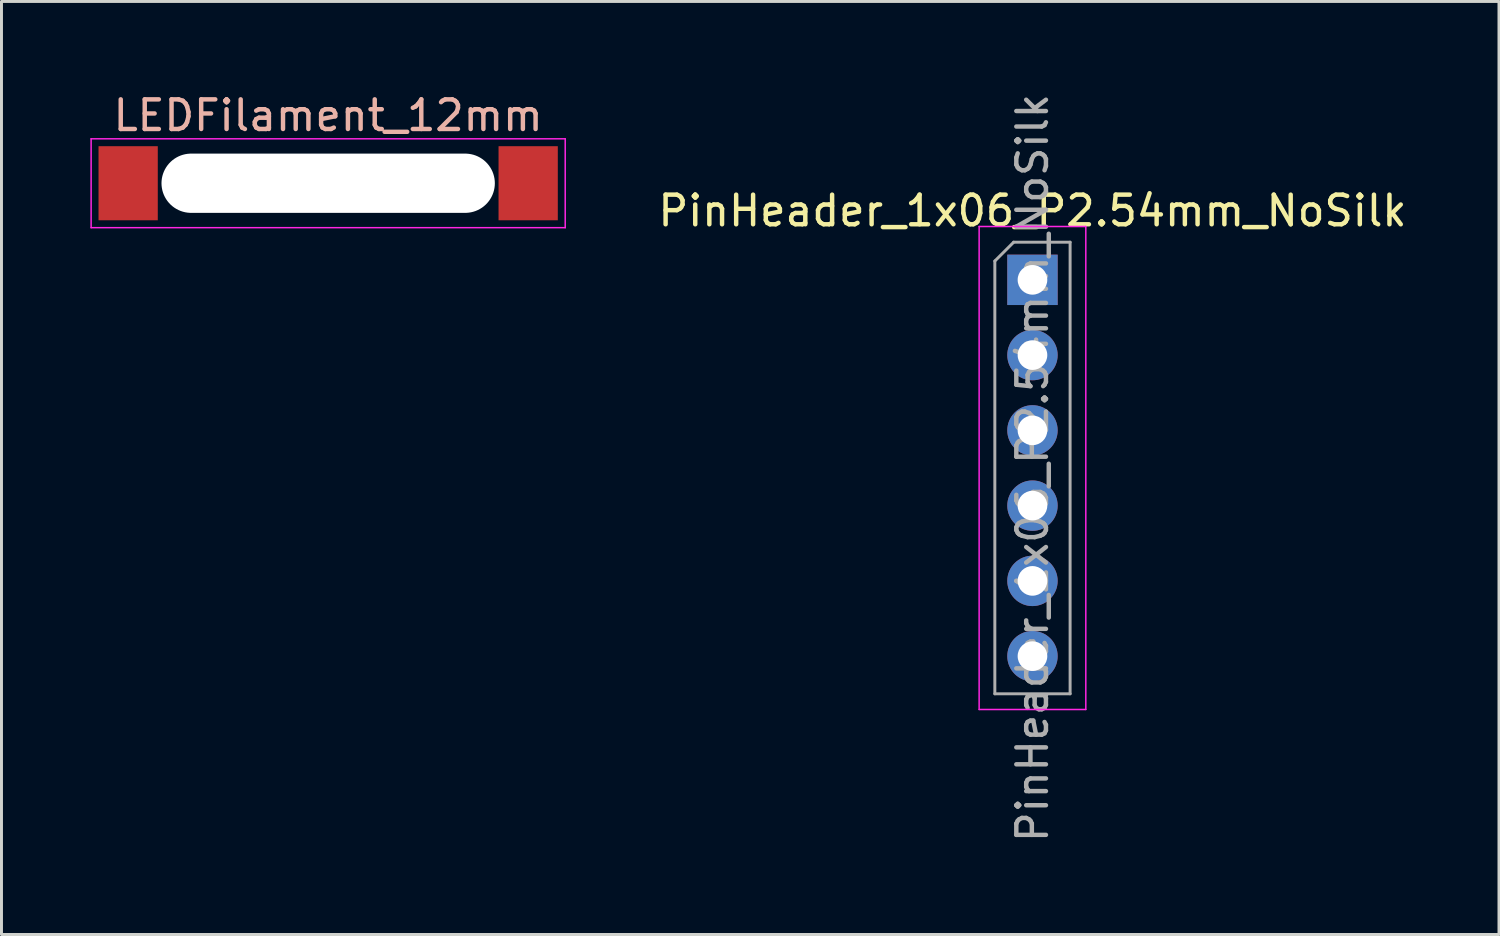
<source format=kicad_pcb>
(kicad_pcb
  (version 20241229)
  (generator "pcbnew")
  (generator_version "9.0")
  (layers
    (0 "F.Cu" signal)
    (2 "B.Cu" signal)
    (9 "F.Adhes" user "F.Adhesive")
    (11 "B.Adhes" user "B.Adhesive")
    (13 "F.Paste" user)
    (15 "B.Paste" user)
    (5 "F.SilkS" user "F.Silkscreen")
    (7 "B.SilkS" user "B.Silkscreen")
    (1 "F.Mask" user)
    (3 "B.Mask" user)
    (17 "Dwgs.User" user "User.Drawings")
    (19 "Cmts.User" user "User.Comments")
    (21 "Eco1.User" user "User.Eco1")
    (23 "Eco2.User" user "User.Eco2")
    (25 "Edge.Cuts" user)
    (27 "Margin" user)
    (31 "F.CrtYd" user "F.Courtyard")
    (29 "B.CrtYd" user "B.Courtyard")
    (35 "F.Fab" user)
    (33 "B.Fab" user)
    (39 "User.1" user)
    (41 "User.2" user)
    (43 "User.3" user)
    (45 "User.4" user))
  (footprint "PinHeader_1x06_P2.54mm_NoSilk"
    (layer "F.Cu")
    (at 31.794 6.394)
    (property "Reference" "PinHeader_1x06_P2.54mm_NoSilk" (at 0 -2.33 0) (layer "F.SilkS") (effects (font (size 1 1) (thickness 0.15))))
    (attr through_hole)
    (fp_line (start -1.8 -1.8) (end -1.8 14.5) (stroke (width 0.05) (type solid)) (layer "F.CrtYd"))
    (fp_line (start -1.8 14.5) (end 1.8 14.5) (stroke (width 0.05) (type solid)) (layer "F.CrtYd"))
    (fp_line (start 1.8 -1.8) (end -1.8 -1.8) (stroke (width 0.05) (type solid)) (layer "F.CrtYd"))
    (fp_line (start 1.8 14.5) (end 1.8 -1.8) (stroke (width 0.05) (type solid)) (layer "F.CrtYd"))
    (fp_line (start -1.27 -0.635) (end -0.635 -1.27) (stroke (width 0.1) (type solid)) (layer "F.Fab"))
    (fp_line (start -1.27 13.97) (end -1.27 -0.635) (stroke (width 0.1) (type solid)) (layer "F.Fab"))
    (fp_line (start -0.635 -1.27) (end 1.27 -1.27) (stroke (width 0.1) (type solid)) (layer "F.Fab"))
    (fp_line (start 1.27 -1.27) (end 1.27 13.97) (stroke (width 0.1) (type solid)) (layer "F.Fab"))
    (fp_line (start 1.27 13.97) (end -1.27 13.97) (stroke (width 0.1) (type solid)) (layer "F.Fab"))
    (fp_text user "${REFERENCE}" (at 0 6.35 90) (layer "F.Fab") (effects (font (size 1 1) (thickness 0.15))))
    (pad "1" thru_hole rect (at 0 0) (size 1.7 1.7) (drill 1) (layers "*.Cu" "*.Mask"))
    (pad "2" thru_hole oval (at 0 2.54) (size 1.7 1.7) (drill 1) (layers "*.Cu" "*.Mask"))
    (pad "3" thru_hole oval (at 0 5.08) (size 1.7 1.7) (drill 1) (layers "*.Cu" "*.Mask"))
    (pad "4" thru_hole oval (at 0 7.62) (size 1.7 1.7) (drill 1) (layers "*.Cu" "*.Mask"))
    (pad "5" thru_hole oval (at 0 10.16) (size 1.7 1.7) (drill 1) (layers "*.Cu" "*.Mask"))
    (pad "6" thru_hole oval (at 0 12.7) (size 1.7 1.7) (drill 1) (layers "*.Cu" "*.Mask")))
  (footprint "LEDFilament_12mm"
    (layer "F.Cu")
    (at 8.025 3.134)
    (property "Reference" "LEDFilament_12mm" (at 0 -2.286 0) (layer "B.SilkS") (effects (font (size 1 1) (thickness 0.15))))
    (attr smd)
    (fp_line (start -8 -1.5) (end 8 -1.5) (stroke (width 0.05) (type solid)) (layer "F.CrtYd"))
    (fp_line (start -8 1.5) (end -8 -1.5) (stroke (width 0.05) (type solid)) (layer "F.CrtYd"))
    (fp_line (start 8 -1.5) (end 8 1.5) (stroke (width 0.05) (type solid)) (layer "F.CrtYd"))
    (fp_line (start 8 1.5) (end -8 1.5) (stroke (width 0.05) (type solid)) (layer "F.CrtYd"))
    (pad "" smd rect (at -6.75 0) (size 2 2.5) (layers "F.Mask" "F.Paste"))
    (pad "" np_thru_hole oval (at 0 0) (size 11.25 2) (drill oval 11.25 2) (layers "*.Cu" "*.Mask"))
    (pad "" smd rect (at 6.75 0) (size 2 2.5) (layers "F.Mask" "F.Paste"))
    (pad "1" smd rect (at -6.75 0) (size 2 2.5) (layers "F.Cu"))
    (pad "2" smd rect (at 6.75 0) (size 2 2.5) (layers "F.Cu")))
  (gr_rect
    (start -3 -3)
    (end 47.538 28.488)
    (stroke (width 0.1) (type default))
    (fill no)
    (layer "Edge.Cuts")))
</source>
